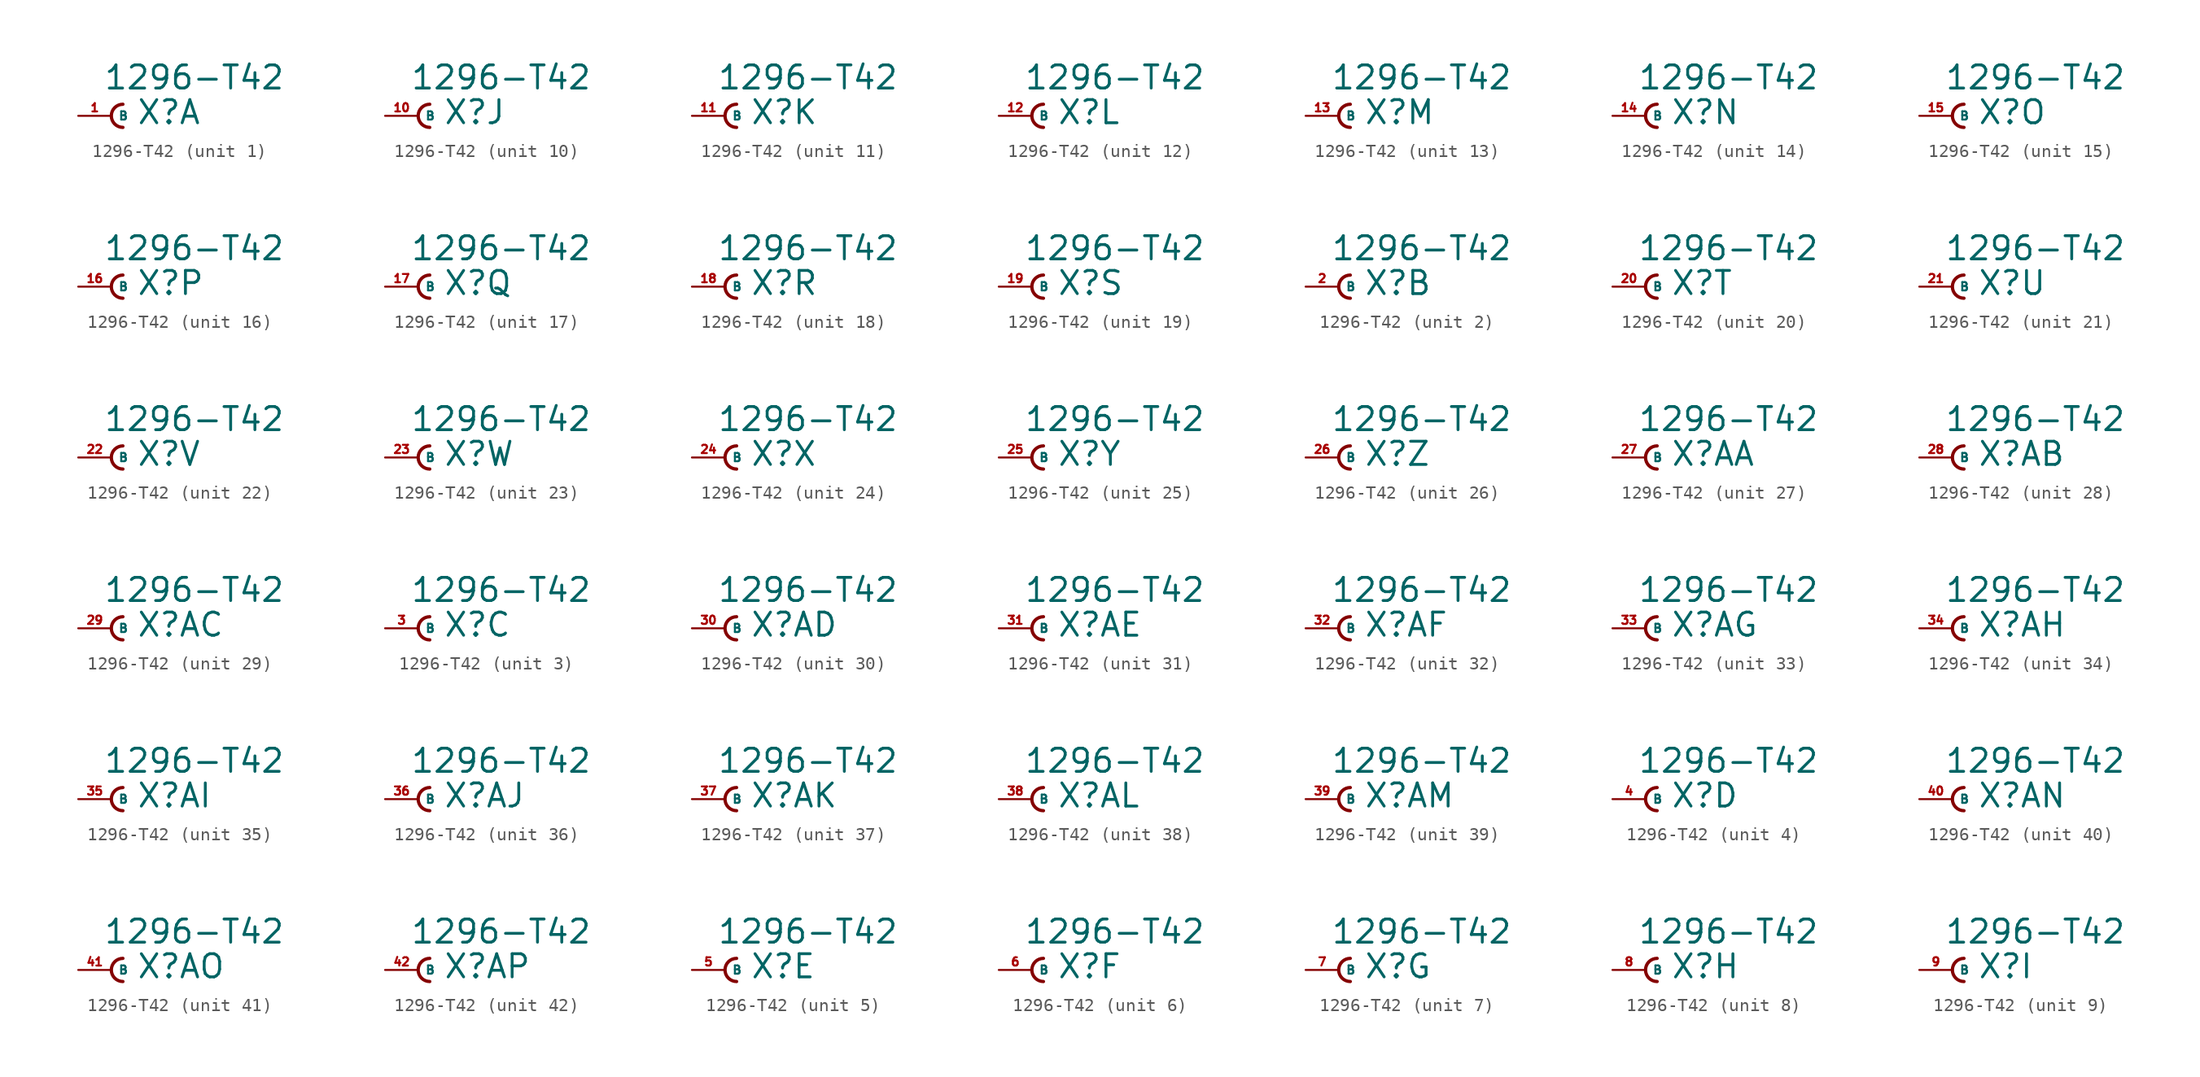
<source format=kicad_sym>
(kicad_symbol_lib
  (version 20220914)
  (generator Eagle2Kicad)
  (symbol "1296-T42"
    (property "Reference" "X"
      (at 1.905 -0.762 0)
      (effects (font (size 1.778 1.778) (thickness 0.22)) (justify left bottom)))
    (property "Value" "1296-T42"
      (at -0.635 1.905 0)
      (effects (font (size 1.778 1.778) (thickness 0.22)) (justify left bottom)))
    (symbol "1296-T42_1_0"
      (arc (start 0.889 0.889) (mid 0.000 0.000) (end 0.889 -0.889) (stroke (width 0.254) (type default)) (fill (type none)))
      (pin passive line (at -2.54 0 0) (length 2.54) (name "B" (effects (font (size 0.635 0.635) (thickness 0.08)) (justify left bottom))) (number "1" (effects (font (size 0.635 0.635) (thickness 0.08)) (justify left bottom)))))
    (symbol "1296-T42_2_0"
      (arc (start 0.889 0.889) (mid 0.000 0.000) (end 0.889 -0.889) (stroke (width 0.254) (type default)) (fill (type none)))
      (pin passive line (at -2.54 0 0) (length 2.54) (name "B" (effects (font (size 0.635 0.635) (thickness 0.08)) (justify left bottom))) (number "2" (effects (font (size 0.635 0.635) (thickness 0.08)) (justify left bottom)))))
    (symbol "1296-T42_3_0"
      (arc (start 0.889 0.889) (mid 0.000 0.000) (end 0.889 -0.889) (stroke (width 0.254) (type default)) (fill (type none)))
      (pin passive line (at -2.54 0 0) (length 2.54) (name "B" (effects (font (size 0.635 0.635) (thickness 0.08)) (justify left bottom))) (number "3" (effects (font (size 0.635 0.635) (thickness 0.08)) (justify left bottom)))))
    (symbol "1296-T42_4_0"
      (arc (start 0.889 0.889) (mid 0.000 0.000) (end 0.889 -0.889) (stroke (width 0.254) (type default)) (fill (type none)))
      (pin passive line (at -2.54 0 0) (length 2.54) (name "B" (effects (font (size 0.635 0.635) (thickness 0.08)) (justify left bottom))) (number "4" (effects (font (size 0.635 0.635) (thickness 0.08)) (justify left bottom)))))
    (symbol "1296-T42_5_0"
      (arc (start 0.889 0.889) (mid 0.000 0.000) (end 0.889 -0.889) (stroke (width 0.254) (type default)) (fill (type none)))
      (pin passive line (at -2.54 0 0) (length 2.54) (name "B" (effects (font (size 0.635 0.635) (thickness 0.08)) (justify left bottom))) (number "5" (effects (font (size 0.635 0.635) (thickness 0.08)) (justify left bottom)))))
    (symbol "1296-T42_6_0"
      (arc (start 0.889 0.889) (mid 0.000 0.000) (end 0.889 -0.889) (stroke (width 0.254) (type default)) (fill (type none)))
      (pin passive line (at -2.54 0 0) (length 2.54) (name "B" (effects (font (size 0.635 0.635) (thickness 0.08)) (justify left bottom))) (number "6" (effects (font (size 0.635 0.635) (thickness 0.08)) (justify left bottom)))))
    (symbol "1296-T42_7_0"
      (arc (start 0.889 0.889) (mid 0.000 0.000) (end 0.889 -0.889) (stroke (width 0.254) (type default)) (fill (type none)))
      (pin passive line (at -2.54 0 0) (length 2.54) (name "B" (effects (font (size 0.635 0.635) (thickness 0.08)) (justify left bottom))) (number "7" (effects (font (size 0.635 0.635) (thickness 0.08)) (justify left bottom)))))
    (symbol "1296-T42_8_0"
      (arc (start 0.889 0.889) (mid 0.000 0.000) (end 0.889 -0.889) (stroke (width 0.254) (type default)) (fill (type none)))
      (pin passive line (at -2.54 0 0) (length 2.54) (name "B" (effects (font (size 0.635 0.635) (thickness 0.08)) (justify left bottom))) (number "8" (effects (font (size 0.635 0.635) (thickness 0.08)) (justify left bottom)))))
    (symbol "1296-T42_9_0"
      (arc (start 0.889 0.889) (mid 0.000 0.000) (end 0.889 -0.889) (stroke (width 0.254) (type default)) (fill (type none)))
      (pin passive line (at -2.54 0 0) (length 2.54) (name "B" (effects (font (size 0.635 0.635) (thickness 0.08)) (justify left bottom))) (number "9" (effects (font (size 0.635 0.635) (thickness 0.08)) (justify left bottom)))))
    (symbol "1296-T42_10_0"
      (arc (start 0.889 0.889) (mid 0.000 0.000) (end 0.889 -0.889) (stroke (width 0.254) (type default)) (fill (type none)))
      (pin passive line (at -2.54 0 0) (length 2.54) (name "B" (effects (font (size 0.635 0.635) (thickness 0.08)) (justify left bottom))) (number "10" (effects (font (size 0.635 0.635) (thickness 0.08)) (justify left bottom)))))
    (symbol "1296-T42_11_0"
      (arc (start 0.889 0.889) (mid 0.000 0.000) (end 0.889 -0.889) (stroke (width 0.254) (type default)) (fill (type none)))
      (pin passive line (at -2.54 0 0) (length 2.54) (name "B" (effects (font (size 0.635 0.635) (thickness 0.08)) (justify left bottom))) (number "11" (effects (font (size 0.635 0.635) (thickness 0.08)) (justify left bottom)))))
    (symbol "1296-T42_12_0"
      (arc (start 0.889 0.889) (mid 0.000 0.000) (end 0.889 -0.889) (stroke (width 0.254) (type default)) (fill (type none)))
      (pin passive line (at -2.54 0 0) (length 2.54) (name "B" (effects (font (size 0.635 0.635) (thickness 0.08)) (justify left bottom))) (number "12" (effects (font (size 0.635 0.635) (thickness 0.08)) (justify left bottom)))))
    (symbol "1296-T42_13_0"
      (arc (start 0.889 0.889) (mid 0.000 0.000) (end 0.889 -0.889) (stroke (width 0.254) (type default)) (fill (type none)))
      (pin passive line (at -2.54 0 0) (length 2.54) (name "B" (effects (font (size 0.635 0.635) (thickness 0.08)) (justify left bottom))) (number "13" (effects (font (size 0.635 0.635) (thickness 0.08)) (justify left bottom)))))
    (symbol "1296-T42_14_0"
      (arc (start 0.889 0.889) (mid 0.000 0.000) (end 0.889 -0.889) (stroke (width 0.254) (type default)) (fill (type none)))
      (pin passive line (at -2.54 0 0) (length 2.54) (name "B" (effects (font (size 0.635 0.635) (thickness 0.08)) (justify left bottom))) (number "14" (effects (font (size 0.635 0.635) (thickness 0.08)) (justify left bottom)))))
    (symbol "1296-T42_15_0"
      (arc (start 0.889 0.889) (mid 0.000 0.000) (end 0.889 -0.889) (stroke (width 0.254) (type default)) (fill (type none)))
      (pin passive line (at -2.54 0 0) (length 2.54) (name "B" (effects (font (size 0.635 0.635) (thickness 0.08)) (justify left bottom))) (number "15" (effects (font (size 0.635 0.635) (thickness 0.08)) (justify left bottom)))))
    (symbol "1296-T42_16_0"
      (arc (start 0.889 0.889) (mid 0.000 0.000) (end 0.889 -0.889) (stroke (width 0.254) (type default)) (fill (type none)))
      (pin passive line (at -2.54 0 0) (length 2.54) (name "B" (effects (font (size 0.635 0.635) (thickness 0.08)) (justify left bottom))) (number "16" (effects (font (size 0.635 0.635) (thickness 0.08)) (justify left bottom)))))
    (symbol "1296-T42_17_0"
      (arc (start 0.889 0.889) (mid 0.000 0.000) (end 0.889 -0.889) (stroke (width 0.254) (type default)) (fill (type none)))
      (pin passive line (at -2.54 0 0) (length 2.54) (name "B" (effects (font (size 0.635 0.635) (thickness 0.08)) (justify left bottom))) (number "17" (effects (font (size 0.635 0.635) (thickness 0.08)) (justify left bottom)))))
    (symbol "1296-T42_18_0"
      (arc (start 0.889 0.889) (mid 0.000 0.000) (end 0.889 -0.889) (stroke (width 0.254) (type default)) (fill (type none)))
      (pin passive line (at -2.54 0 0) (length 2.54) (name "B" (effects (font (size 0.635 0.635) (thickness 0.08)) (justify left bottom))) (number "18" (effects (font (size 0.635 0.635) (thickness 0.08)) (justify left bottom)))))
    (symbol "1296-T42_19_0"
      (arc (start 0.889 0.889) (mid 0.000 0.000) (end 0.889 -0.889) (stroke (width 0.254) (type default)) (fill (type none)))
      (pin passive line (at -2.54 0 0) (length 2.54) (name "B" (effects (font (size 0.635 0.635) (thickness 0.08)) (justify left bottom))) (number "19" (effects (font (size 0.635 0.635) (thickness 0.08)) (justify left bottom)))))
    (symbol "1296-T42_20_0"
      (arc (start 0.889 0.889) (mid 0.000 0.000) (end 0.889 -0.889) (stroke (width 0.254) (type default)) (fill (type none)))
      (pin passive line (at -2.54 0 0) (length 2.54) (name "B" (effects (font (size 0.635 0.635) (thickness 0.08)) (justify left bottom))) (number "20" (effects (font (size 0.635 0.635) (thickness 0.08)) (justify left bottom)))))
    (symbol "1296-T42_21_0"
      (arc (start 0.889 0.889) (mid 0.000 0.000) (end 0.889 -0.889) (stroke (width 0.254) (type default)) (fill (type none)))
      (pin passive line (at -2.54 0 0) (length 2.54) (name "B" (effects (font (size 0.635 0.635) (thickness 0.08)) (justify left bottom))) (number "21" (effects (font (size 0.635 0.635) (thickness 0.08)) (justify left bottom)))))
    (symbol "1296-T42_22_0"
      (arc (start 0.889 0.889) (mid 0.000 0.000) (end 0.889 -0.889) (stroke (width 0.254) (type default)) (fill (type none)))
      (pin passive line (at -2.54 0 0) (length 2.54) (name "B" (effects (font (size 0.635 0.635) (thickness 0.08)) (justify left bottom))) (number "22" (effects (font (size 0.635 0.635) (thickness 0.08)) (justify left bottom)))))
    (symbol "1296-T42_23_0"
      (arc (start 0.889 0.889) (mid 0.000 0.000) (end 0.889 -0.889) (stroke (width 0.254) (type default)) (fill (type none)))
      (pin passive line (at -2.54 0 0) (length 2.54) (name "B" (effects (font (size 0.635 0.635) (thickness 0.08)) (justify left bottom))) (number "23" (effects (font (size 0.635 0.635) (thickness 0.08)) (justify left bottom)))))
    (symbol "1296-T42_24_0"
      (arc (start 0.889 0.889) (mid 0.000 0.000) (end 0.889 -0.889) (stroke (width 0.254) (type default)) (fill (type none)))
      (pin passive line (at -2.54 0 0) (length 2.54) (name "B" (effects (font (size 0.635 0.635) (thickness 0.08)) (justify left bottom))) (number "24" (effects (font (size 0.635 0.635) (thickness 0.08)) (justify left bottom)))))
    (symbol "1296-T42_25_0"
      (arc (start 0.889 0.889) (mid 0.000 0.000) (end 0.889 -0.889) (stroke (width 0.254) (type default)) (fill (type none)))
      (pin passive line (at -2.54 0 0) (length 2.54) (name "B" (effects (font (size 0.635 0.635) (thickness 0.08)) (justify left bottom))) (number "25" (effects (font (size 0.635 0.635) (thickness 0.08)) (justify left bottom)))))
    (symbol "1296-T42_26_0"
      (arc (start 0.889 0.889) (mid 0.000 0.000) (end 0.889 -0.889) (stroke (width 0.254) (type default)) (fill (type none)))
      (pin passive line (at -2.54 0 0) (length 2.54) (name "B" (effects (font (size 0.635 0.635) (thickness 0.08)) (justify left bottom))) (number "26" (effects (font (size 0.635 0.635) (thickness 0.08)) (justify left bottom)))))
    (symbol "1296-T42_27_0"
      (arc (start 0.889 0.889) (mid 0.000 0.000) (end 0.889 -0.889) (stroke (width 0.254) (type default)) (fill (type none)))
      (pin passive line (at -2.54 0 0) (length 2.54) (name "B" (effects (font (size 0.635 0.635) (thickness 0.08)) (justify left bottom))) (number "27" (effects (font (size 0.635 0.635) (thickness 0.08)) (justify left bottom)))))
    (symbol "1296-T42_28_0"
      (arc (start 0.889 0.889) (mid 0.000 0.000) (end 0.889 -0.889) (stroke (width 0.254) (type default)) (fill (type none)))
      (pin passive line (at -2.54 0 0) (length 2.54) (name "B" (effects (font (size 0.635 0.635) (thickness 0.08)) (justify left bottom))) (number "28" (effects (font (size 0.635 0.635) (thickness 0.08)) (justify left bottom)))))
    (symbol "1296-T42_29_0"
      (arc (start 0.889 0.889) (mid 0.000 0.000) (end 0.889 -0.889) (stroke (width 0.254) (type default)) (fill (type none)))
      (pin passive line (at -2.54 0 0) (length 2.54) (name "B" (effects (font (size 0.635 0.635) (thickness 0.08)) (justify left bottom))) (number "29" (effects (font (size 0.635 0.635) (thickness 0.08)) (justify left bottom)))))
    (symbol "1296-T42_30_0"
      (arc (start 0.889 0.889) (mid 0.000 0.000) (end 0.889 -0.889) (stroke (width 0.254) (type default)) (fill (type none)))
      (pin passive line (at -2.54 0 0) (length 2.54) (name "B" (effects (font (size 0.635 0.635) (thickness 0.08)) (justify left bottom))) (number "30" (effects (font (size 0.635 0.635) (thickness 0.08)) (justify left bottom)))))
    (symbol "1296-T42_31_0"
      (arc (start 0.889 0.889) (mid 0.000 0.000) (end 0.889 -0.889) (stroke (width 0.254) (type default)) (fill (type none)))
      (pin passive line (at -2.54 0 0) (length 2.54) (name "B" (effects (font (size 0.635 0.635) (thickness 0.08)) (justify left bottom))) (number "31" (effects (font (size 0.635 0.635) (thickness 0.08)) (justify left bottom)))))
    (symbol "1296-T42_32_0"
      (arc (start 0.889 0.889) (mid 0.000 0.000) (end 0.889 -0.889) (stroke (width 0.254) (type default)) (fill (type none)))
      (pin passive line (at -2.54 0 0) (length 2.54) (name "B" (effects (font (size 0.635 0.635) (thickness 0.08)) (justify left bottom))) (number "32" (effects (font (size 0.635 0.635) (thickness 0.08)) (justify left bottom)))))
    (symbol "1296-T42_33_0"
      (arc (start 0.889 0.889) (mid 0.000 0.000) (end 0.889 -0.889) (stroke (width 0.254) (type default)) (fill (type none)))
      (pin passive line (at -2.54 0 0) (length 2.54) (name "B" (effects (font (size 0.635 0.635) (thickness 0.08)) (justify left bottom))) (number "33" (effects (font (size 0.635 0.635) (thickness 0.08)) (justify left bottom)))))
    (symbol "1296-T42_34_0"
      (arc (start 0.889 0.889) (mid 0.000 0.000) (end 0.889 -0.889) (stroke (width 0.254) (type default)) (fill (type none)))
      (pin passive line (at -2.54 0 0) (length 2.54) (name "B" (effects (font (size 0.635 0.635) (thickness 0.08)) (justify left bottom))) (number "34" (effects (font (size 0.635 0.635) (thickness 0.08)) (justify left bottom)))))
    (symbol "1296-T42_35_0"
      (arc (start 0.889 0.889) (mid 0.000 0.000) (end 0.889 -0.889) (stroke (width 0.254) (type default)) (fill (type none)))
      (pin passive line (at -2.54 0 0) (length 2.54) (name "B" (effects (font (size 0.635 0.635) (thickness 0.08)) (justify left bottom))) (number "35" (effects (font (size 0.635 0.635) (thickness 0.08)) (justify left bottom)))))
    (symbol "1296-T42_36_0"
      (arc (start 0.889 0.889) (mid 0.000 0.000) (end 0.889 -0.889) (stroke (width 0.254) (type default)) (fill (type none)))
      (pin passive line (at -2.54 0 0) (length 2.54) (name "B" (effects (font (size 0.635 0.635) (thickness 0.08)) (justify left bottom))) (number "36" (effects (font (size 0.635 0.635) (thickness 0.08)) (justify left bottom)))))
    (symbol "1296-T42_37_0"
      (arc (start 0.889 0.889) (mid 0.000 0.000) (end 0.889 -0.889) (stroke (width 0.254) (type default)) (fill (type none)))
      (pin passive line (at -2.54 0 0) (length 2.54) (name "B" (effects (font (size 0.635 0.635) (thickness 0.08)) (justify left bottom))) (number "37" (effects (font (size 0.635 0.635) (thickness 0.08)) (justify left bottom)))))
    (symbol "1296-T42_38_0"
      (arc (start 0.889 0.889) (mid 0.000 0.000) (end 0.889 -0.889) (stroke (width 0.254) (type default)) (fill (type none)))
      (pin passive line (at -2.54 0 0) (length 2.54) (name "B" (effects (font (size 0.635 0.635) (thickness 0.08)) (justify left bottom))) (number "38" (effects (font (size 0.635 0.635) (thickness 0.08)) (justify left bottom)))))
    (symbol "1296-T42_39_0"
      (arc (start 0.889 0.889) (mid 0.000 0.000) (end 0.889 -0.889) (stroke (width 0.254) (type default)) (fill (type none)))
      (pin passive line (at -2.54 0 0) (length 2.54) (name "B" (effects (font (size 0.635 0.635) (thickness 0.08)) (justify left bottom))) (number "39" (effects (font (size 0.635 0.635) (thickness 0.08)) (justify left bottom)))))
    (symbol "1296-T42_40_0"
      (arc (start 0.889 0.889) (mid 0.000 0.000) (end 0.889 -0.889) (stroke (width 0.254) (type default)) (fill (type none)))
      (pin passive line (at -2.54 0 0) (length 2.54) (name "B" (effects (font (size 0.635 0.635) (thickness 0.08)) (justify left bottom))) (number "40" (effects (font (size 0.635 0.635) (thickness 0.08)) (justify left bottom)))))
    (symbol "1296-T42_41_0"
      (arc (start 0.889 0.889) (mid 0.000 0.000) (end 0.889 -0.889) (stroke (width 0.254) (type default)) (fill (type none)))
      (pin passive line (at -2.54 0 0) (length 2.54) (name "B" (effects (font (size 0.635 0.635) (thickness 0.08)) (justify left bottom))) (number "41" (effects (font (size 0.635 0.635) (thickness 0.08)) (justify left bottom)))))
    (symbol "1296-T42_42_0"
      (arc (start 0.889 0.889) (mid 0.000 0.000) (end 0.889 -0.889) (stroke (width 0.254) (type default)) (fill (type none)))
      (pin passive line (at -2.54 0 0) (length 2.54) (name "B" (effects (font (size 0.635 0.635) (thickness 0.08)) (justify left bottom))) (number "42" (effects (font (size 0.635 0.635) (thickness 0.08)) (justify left bottom)))))))
</source>
